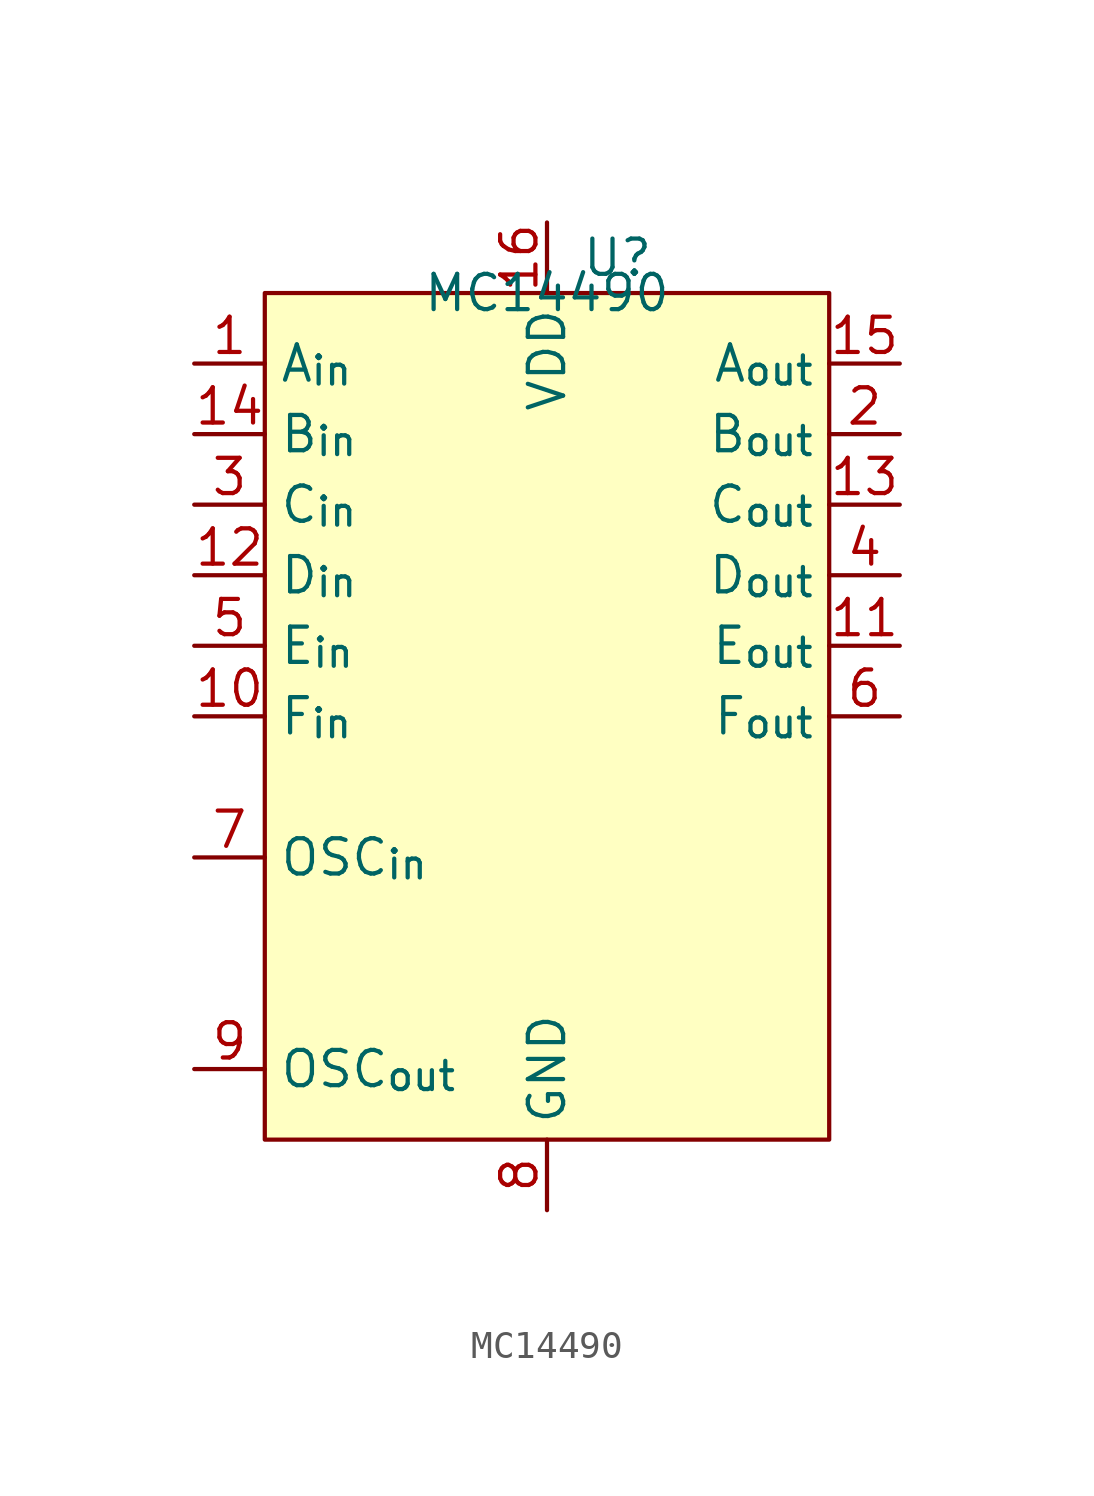
<source format=kicad_sym>
(kicad_symbol_lib
  (version 20241209)
  (generator "kicad_symbol_editor")
  (generator_version "9.0")
  (symbol "MC14490"
    (property "Reference" "U"
      (at 2.54 1.27 0)
      (effects (font (size 1.27 1.27))))
    (property "Value" "MC14490"
      (at 0 0 0)
      (effects (font (size 1.27 1.27))))
    (symbol "MC14490_1_0"
      (pin input line (at -12.7 -2.54 0) (length 2.54) (name "A_{in}" (effects (font (size 1.27 1.27)))) (number "1" (effects (font (size 1.27 1.27)))))
      (pin input line (at -12.7 -5.08 0) (length 2.54) (name "B_{in}" (effects (font (size 1.27 1.27)))) (number "14" (effects (font (size 1.27 1.27)))))
      (pin input line (at -12.7 -7.62 0) (length 2.54) (name "C_{in}" (effects (font (size 1.27 1.27)))) (number "3" (effects (font (size 1.27 1.27)))))
      (pin input line (at -12.7 -10.16 0) (length 2.54) (name "D_{in}" (effects (font (size 1.27 1.27)))) (number "12" (effects (font (size 1.27 1.27)))))
      (pin input line (at -12.7 -12.7 0) (length 2.54) (name "E_{in}" (effects (font (size 1.27 1.27)))) (number "5" (effects (font (size 1.27 1.27)))))
      (pin input line (at -12.7 -15.24 0) (length 2.54) (name "F_{in}" (effects (font (size 1.27 1.27)))) (number "10" (effects (font (size 1.27 1.27)))))
      (pin input line (at -12.7 -20.32 0) (length 2.54) (name "OSC_{in}" (effects (font (size 1.27 1.27)))) (number "7" (effects (font (size 1.27 1.27)))))
      (pin output line (at -12.7 -27.94 0) (length 2.54) (name "OSC_{out}" (effects (font (size 1.27 1.27)))) (number "9" (effects (font (size 1.27 1.27)))))
      (pin power_in line (at 0 2.54 270) (length 2.54) (name "VDD" (effects (font (size 1.27 1.27)))) (number "16" (effects (font (size 1.27 1.27)))))
      (pin passive line (at 0 -33.02 90) (length 2.54) (name "GND" (effects (font (size 1.27 1.27)))) (number "8" (effects (font (size 1.27 1.27)))))
      (pin output line (at 12.7 -2.54 180) (length 2.54) (name "A_{out}" (effects (font (size 1.27 1.27)))) (number "15" (effects (font (size 1.27 1.27)))))
      (pin output line (at 12.7 -5.08 180) (length 2.54) (name "B_{out}" (effects (font (size 1.27 1.27)))) (number "2" (effects (font (size 1.27 1.27)))))
      (pin output line (at 12.7 -7.62 180) (length 2.54) (name "C_{out}" (effects (font (size 1.27 1.27)))) (number "13" (effects (font (size 1.27 1.27)))))
      (pin output line (at 12.7 -10.16 180) (length 2.54) (name "D_{out}" (effects (font (size 1.27 1.27)))) (number "4" (effects (font (size 1.27 1.27)))))
      (pin output line (at 12.7 -12.7 180) (length 2.54) (name "E_{out}" (effects (font (size 1.27 1.27)))) (number "11" (effects (font (size 1.27 1.27)))))
      (pin output line (at 12.7 -15.24 180) (length 2.54) (name "F_{out}" (effects (font (size 1.27 1.27)))) (number "6" (effects (font (size 1.27 1.27))))))
    (symbol "MC14490_1_1"
      (rectangle (start -10.16 0) (end 10.16 -30.48) (stroke (width 0) (type solid)) (fill (type background))))))
</source>
